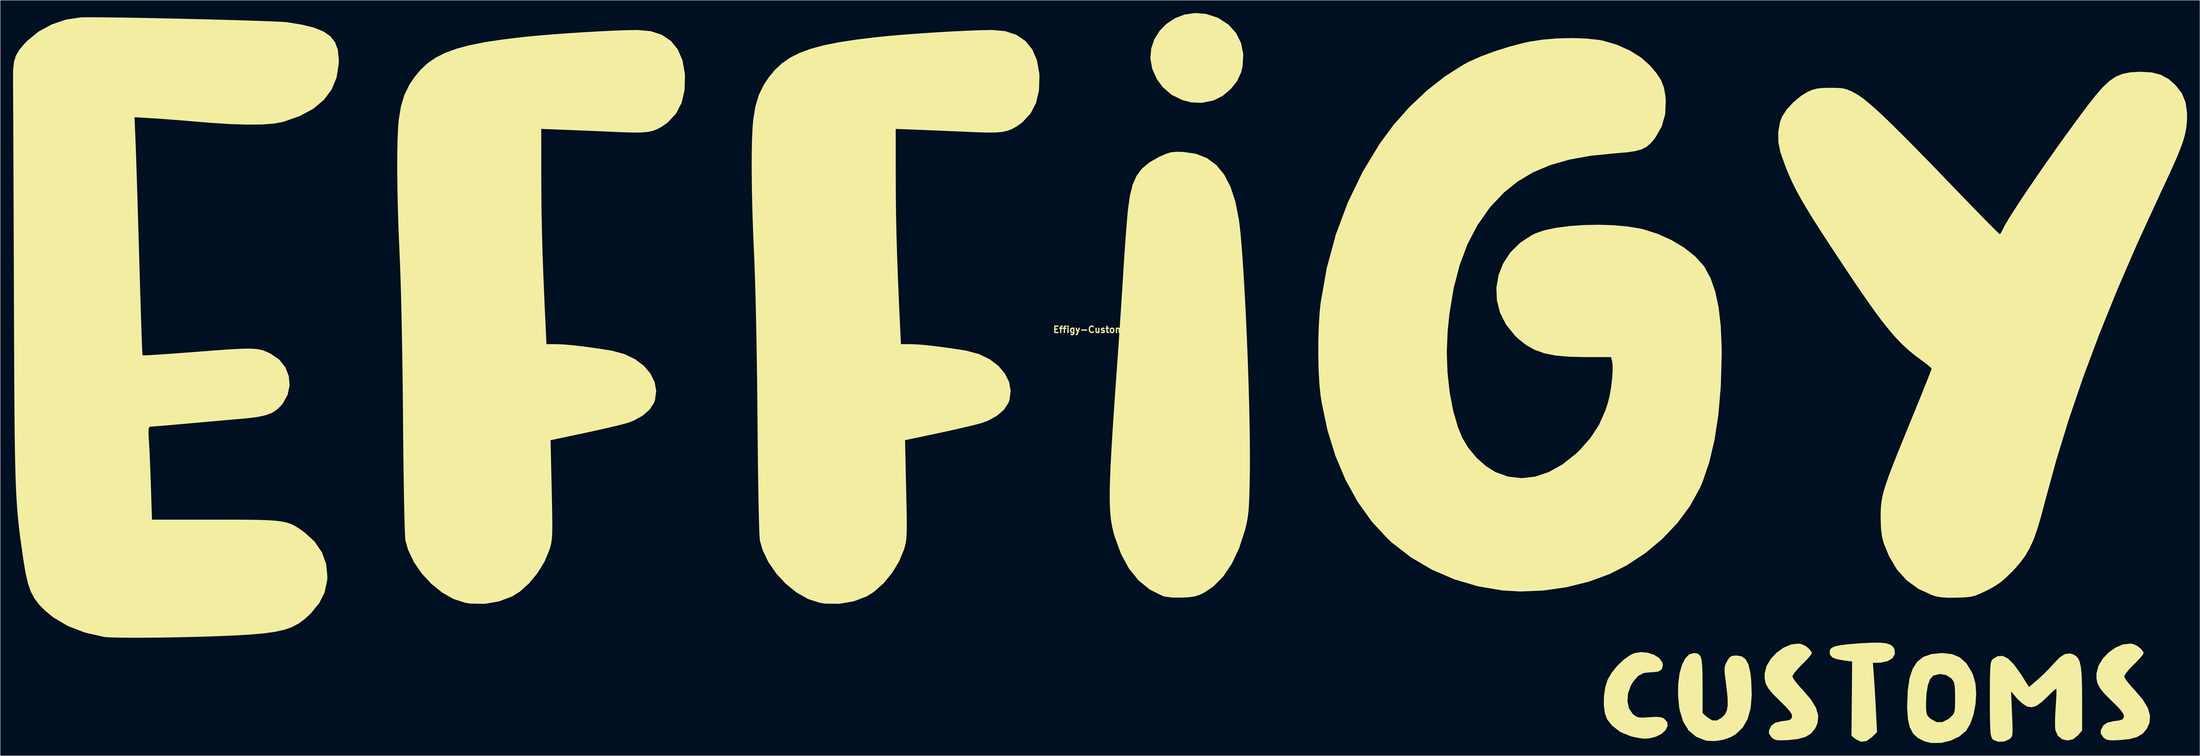
<source format=kicad_pcb>
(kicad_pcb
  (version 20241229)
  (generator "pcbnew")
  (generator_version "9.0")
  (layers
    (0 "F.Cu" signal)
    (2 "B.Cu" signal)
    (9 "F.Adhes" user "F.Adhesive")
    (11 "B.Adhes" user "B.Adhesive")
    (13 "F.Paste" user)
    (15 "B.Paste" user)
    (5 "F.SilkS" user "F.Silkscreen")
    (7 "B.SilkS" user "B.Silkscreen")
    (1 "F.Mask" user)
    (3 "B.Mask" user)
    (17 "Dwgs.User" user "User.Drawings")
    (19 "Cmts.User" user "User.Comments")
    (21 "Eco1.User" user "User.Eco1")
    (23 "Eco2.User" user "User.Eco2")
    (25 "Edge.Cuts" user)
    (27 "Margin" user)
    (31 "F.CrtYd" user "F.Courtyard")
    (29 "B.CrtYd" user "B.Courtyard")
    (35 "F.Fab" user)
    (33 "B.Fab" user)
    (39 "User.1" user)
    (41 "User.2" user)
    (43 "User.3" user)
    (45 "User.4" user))
  (footprint "Effigy-Customs-1"
    (layer "F.Cu")
    (at 254.135 74.209)
    (property "Reference" "Effigy-Customs-1" (at 0 0 0) (layer "F.SilkS") (effects (font (size 1.5 1.5) (thickness 0.3))))
    (attr board_only exclude_from_pos_files exclude_from_bom)
    (fp_poly (pts (xy 25.284 -73.997) (xy 27.915 -73.148) (xy 28.278 -72.977) (xy 30.604 -71.451) (xy 32.36 -69.473) (xy 33.512 -67.13) (xy 34.022 -64.508) (xy 33.854 -61.696) (xy 33.519 -60.29) (xy 32.567 -58.248) (xy 31.055 -56.346) (xy 29.183 -54.782) (xy 27.147 -53.752) (xy 26.904 -53.675) (xy 24.307 -53.156) (xy 21.875 -53.25) (xy 19.791 -53.793) (xy 17.231 -55.035) (xy 15.137 -56.852) (xy 13.784 -58.705) (xy 12.678 -61.152) (xy 12.26 -63.577) (xy 12.458 -65.913) (xy 13.204 -68.091) (xy 14.429 -70.042) (xy 16.062 -71.698) (xy 18.033 -72.99) (xy 20.274 -73.85) (xy 22.714 -74.209)) (stroke (width 0) (type solid)) (fill yes) (layer "F.SilkS"))
    (fp_poly (pts (xy 184.633 73.54) (xy 185.617 73.866) (xy 186.241 74.382) (xy 186.543 74.935) (xy 186.641 76.07) (xy 186.08 77.019) (xy 184.953 77.708) (xy 183.351 78.063) (xy 182.62 78.096) (xy 181.487 78.096) (xy 181.719 81.223) (xy 181.832 82.872) (xy 181.963 84.994) (xy 182.095 87.306) (xy 182.203 89.351) (xy 182.454 94.351) (xy 181.293 95.511) (xy 180.001 96.438) (xy 178.73 96.609) (xy 177.47 96.023) (xy 177.368 95.943) (xy 176.473 95.214) (xy 176.549 86.512) (xy 176.625 77.809) (xy 174.683 77.551) (xy 173.001 77.245) (xy 171.963 76.822) (xy 171.456 76.218) (xy 171.355 75.609) (xy 171.461 75.038) (xy 171.839 74.595) (xy 172.582 74.254) (xy 173.785 73.988) (xy 175.54 73.77) (xy 177.939 73.572) (xy 178.551 73.529) (xy 181.197 73.389) (xy 183.192 73.387)) (stroke (width 0) (type solid)) (fill yes) (layer "F.SilkS"))
    (fp_poly (pts (xy 128.785 75.748) (xy 130.276 76.253) (xy 131.465 77.029) (xy 132.18 78.005) (xy 132.307 78.651) (xy 132.065 79.603) (xy 131.291 80.146) (xy 129.916 80.321) (xy 129.498 80.313) (xy 127.835 80.483) (xy 126.492 81.191) (xy 125.339 82.527) (xy 124.805 83.433) (xy 124.14 85.247) (xy 123.993 87.086) (xy 124.35 88.751) (xy 125.195 90.043) (xy 125.314 90.151) (xy 125.949 90.637) (xy 126.58 90.891) (xy 127.444 90.958) (xy 128.778 90.881) (xy 129.094 90.855) (xy 130.696 90.768) (xy 131.757 90.849) (xy 132.48 91.118) (xy 132.617 91.207) (xy 133.329 92.033) (xy 133.401 92.96) (xy 132.925 93.895) (xy 131.994 94.745) (xy 130.701 95.417) (xy 129.138 95.818) (xy 127.95 95.888) (xy 126.93 95.775) (xy 125.565 95.511) (xy 124.725 95.306) (xy 122.361 94.335) (xy 120.409 92.847) (xy 119.228 91.324) (xy 118.701 89.873) (xy 118.46 87.965) (xy 118.502 85.843) (xy 118.823 83.748) (xy 119.384 82) (xy 120.32 80.399) (xy 121.65 78.778) (xy 123.178 77.331) (xy 124.708 76.253) (xy 125.598 75.846) (xy 127.168 75.588)) (stroke (width 0) (type solid)) (fill yes) (layer "F.SilkS"))
    (fp_poly (pts (xy 140.205 75.876) (xy 140.738 76.103) (xy 141.115 76.6) (xy 141.363 77.461) (xy 141.508 78.783) (xy 141.577 80.662) (xy 141.595 83.192) (xy 141.596 83.494) (xy 141.596 89.908) (xy 142.659 90.826) (xy 143.817 91.578) (xy 144.869 91.642) (xy 146.008 91.024) (xy 146.081 90.968) (xy 146.806 90.239) (xy 147.266 89.326) (xy 147.48 88.099) (xy 147.465 86.43) (xy 147.241 84.19) (xy 147.145 83.459) (xy 146.898 81.589) (xy 146.765 80.297) (xy 146.75 79.412) (xy 146.857 78.763) (xy 147.091 78.176) (xy 147.301 77.772) (xy 147.873 76.872) (xy 148.497 76.478) (xy 149.501 76.39) (xy 149.542 76.39) (xy 150.767 76.598) (xy 151.683 77.272) (xy 152.338 78.487) (xy 152.774 80.317) (xy 152.984 82.131) (xy 153.115 85.781) (xy 152.836 88.828) (xy 152.131 91.321) (xy 150.983 93.307) (xy 149.376 94.83) (xy 148.23 95.519) (xy 146.482 96.141) (xy 144.498 96.447) (xy 142.662 96.386) (xy 142.293 96.313) (xy 140.077 95.429) (xy 138.334 93.962) (xy 137.058 91.903) (xy 136.246 89.247) (xy 136.091 88.331) (xy 135.846 85.567) (xy 135.892 82.964) (xy 136.203 80.622) (xy 136.752 78.638) (xy 137.511 77.111) (xy 138.455 76.14) (xy 139.492 75.821)) (stroke (width 0) (type solid)) (fill yes) (layer "F.SilkS"))
    (fp_poly (pts (xy 164.715 73.701) (xy 165.686 74.139) (xy 166.571 74.839) (xy 167.117 75.58) (xy 167.185 75.869) (xy 166.927 76.313) (xy 166.242 77.119) (xy 165.259 78.136) (xy 164.91 78.475) (xy 163.857 79.558) (xy 163.062 80.518) (xy 162.66 81.188) (xy 162.636 81.306) (xy 162.887 81.854) (xy 163.56 82.774) (xy 164.533 83.909) (xy 165.087 84.499) (xy 166.98 86.703) (xy 168.176 88.694) (xy 168.692 90.519) (xy 168.541 92.226) (xy 167.959 93.526) (xy 166.991 94.689) (xy 165.665 95.49) (xy 163.852 95.985) (xy 161.638 96.215) (xy 160.072 96.28) (xy 159.062 96.243) (xy 158.409 96.072) (xy 157.915 95.733) (xy 157.733 95.56) (xy 157.138 94.65) (xy 157.16 93.904) (xy 157.696 92.821) (xy 158.618 92.153) (xy 160.083 91.797) (xy 160.459 91.753) (xy 161.649 91.587) (xy 162.275 91.333) (xy 162.532 90.895) (xy 162.566 90.708) (xy 162.474 90.165) (xy 162.011 89.43) (xy 161.105 88.41) (xy 159.682 87.01) (xy 159.652 86.982) (xy 158.077 85.413) (xy 157.024 84.141) (xy 156.408 83.011) (xy 156.143 81.868) (xy 156.137 80.623) (xy 156.578 78.866) (xy 157.571 77.184) (xy 158.969 75.697) (xy 160.622 74.525) (xy 162.384 73.787) (xy 164.105 73.602)) (stroke (width 0) (type solid)) (fill yes) (layer "F.SilkS"))
    (fp_poly (pts (xy 242.432 73.701) (xy 243.402 74.139) (xy 244.287 74.839) (xy 244.833 75.58) (xy 244.901 75.869) (xy 244.644 76.313) (xy 243.958 77.119) (xy 242.976 78.136) (xy 242.627 78.475) (xy 241.573 79.558) (xy 240.779 80.518) (xy 240.376 81.188) (xy 240.352 81.306) (xy 240.603 81.854) (xy 241.276 82.774) (xy 242.25 83.909) (xy 242.803 84.499) (xy 244.696 86.703) (xy 245.893 88.694) (xy 246.408 90.519) (xy 246.257 92.226) (xy 245.675 93.526) (xy 244.708 94.689) (xy 243.381 95.49) (xy 241.568 95.985) (xy 239.355 96.215) (xy 237.789 96.28) (xy 236.778 96.243) (xy 236.125 96.072) (xy 235.631 95.733) (xy 235.45 95.56) (xy 234.855 94.65) (xy 234.877 93.904) (xy 235.413 92.821) (xy 236.334 92.153) (xy 237.799 91.797) (xy 238.176 91.753) (xy 239.365 91.587) (xy 239.991 91.333) (xy 240.248 90.895) (xy 240.283 90.708) (xy 240.19 90.165) (xy 239.727 89.43) (xy 238.821 88.41) (xy 237.398 87.01) (xy 237.368 86.982) (xy 235.793 85.413) (xy 234.741 84.141) (xy 234.125 83.011) (xy 233.859 81.868) (xy 233.853 80.623) (xy 234.295 78.866) (xy 235.288 77.184) (xy 236.685 75.697) (xy 238.339 74.525) (xy 240.1 73.787) (xy 241.822 73.602)) (stroke (width 0) (type solid)) (fill yes) (layer "F.SilkS"))
    (fp_poly (pts (xy 200.048 76.069) (xy 201.895 76.855) (xy 203.401 78.244) (xy 204.656 80.297) (xy 204.957 80.959) (xy 205.505 82.943) (xy 205.685 85.301) (xy 205.526 87.813) (xy 205.055 90.259) (xy 204.299 92.418) (xy 203.307 94.046) (xy 201.729 95.39) (xy 199.697 96.354) (xy 197.445 96.878) (xy 195.209 96.901) (xy 193.624 96.532) (xy 192.045 95.749) (xy 190.896 94.681) (xy 190.127 93.223) (xy 189.686 91.272) (xy 189.523 88.722) (xy 189.52 88.035) (xy 189.549 87.321) (xy 193.945 87.321) (xy 193.946 88.836) (xy 194.03 89.802) (xy 194.251 90.43) (xy 194.664 90.928) (xy 194.976 91.207) (xy 196.346 91.988) (xy 197.752 92.013) (xy 199.177 91.284) (xy 199.498 91.016) (xy 200.072 90.478) (xy 200.433 89.985) (xy 200.632 89.35) (xy 200.716 88.388) (xy 200.736 86.912) (xy 200.736 86.308) (xy 200.719 84.594) (xy 200.645 83.452) (xy 200.475 82.697) (xy 200.172 82.143) (xy 199.817 81.728) (xy 198.621 80.961) (xy 197.151 80.731) (xy 195.712 81.08) (xy 195.623 81.125) (xy 194.891 81.923) (xy 194.355 83.389) (xy 194.033 85.452) (xy 193.945 87.321) (xy 189.549 87.321) (xy 189.662 84.532) (xy 190.081 81.698) (xy 190.81 79.482) (xy 191.883 77.837) (xy 193.333 76.711) (xy 195.193 76.057) (xy 197.498 75.823) (xy 197.772 75.821)) (stroke (width 0) (type solid)) (fill yes) (layer "F.SilkS"))
    (fp_poly (pts (xy 228.458 76.153) (xy 229.102 76.545) (xy 229.598 77.122) (xy 229.964 77.979) (xy 230.219 79.206) (xy 230.38 80.898) (xy 230.466 83.147) (xy 230.495 86.045) (xy 230.496 86.584) (xy 230.496 93.96) (xy 229.514 95.126) (xy 228.353 96.027) (xy 227.057 96.311) (xy 225.813 96.022) (xy 224.808 95.205) (xy 224.23 93.904) (xy 224.223 93.871) (xy 224.155 92.975) (xy 224.155 91.542) (xy 224.221 89.789) (xy 224.311 88.385) (xy 224.423 86.7) (xy 224.48 85.335) (xy 224.477 84.44) (xy 224.423 84.161) (xy 224.068 84.412) (xy 223.353 85.067) (xy 222.518 85.898) (xy 221.001 87.334) (xy 219.773 88.188) (xy 218.717 88.515) (xy 217.716 88.372) (xy 217.552 88.309) (xy 216.644 87.744) (xy 215.609 86.836) (xy 215.145 86.337) (xy 213.853 84.827) (xy 214.079 90.12) (xy 214.165 92.217) (xy 214.202 93.687) (xy 214.177 94.662) (xy 214.073 95.272) (xy 213.877 95.649) (xy 213.573 95.924) (xy 213.407 96.043) (xy 212.191 96.56) (xy 210.884 96.616) (xy 209.785 96.216) (xy 209.514 95.978) (xy 209.31 95.67) (xy 209.155 95.191) (xy 209.042 94.444) (xy 208.965 93.334) (xy 208.918 91.763) (xy 208.894 89.637) (xy 208.887 86.857) (xy 208.887 86.56) (xy 208.891 83.738) (xy 208.911 81.579) (xy 208.951 79.985) (xy 209.019 78.86) (xy 209.123 78.108) (xy 209.268 77.632) (xy 209.462 77.337) (xy 209.55 77.251) (xy 210.711 76.545) (xy 211.887 76.486) (xy 213.121 77.096) (xy 214.45 78.397) (xy 215.917 80.409) (xy 216.133 80.746) (xy 218.058 83.778) (xy 220.082 82.049) (xy 221.465 80.778) (xy 222.934 79.291) (xy 223.866 78.26) (xy 225.249 76.836) (xy 226.45 76.064) (xy 227.573 75.897)) (stroke (width 0) (type solid)) (fill yes) (layer "F.SilkS"))
    (fp_poly (pts (xy 19.933 -41.644) (xy 20.006 -41.641) (xy 22.955 -41.205) (xy 25.519 -40.19) (xy 27.71 -38.577) (xy 29.54 -36.349) (xy 31.023 -33.489) (xy 32.17 -29.979) (xy 32.993 -25.803) (xy 33.352 -22.809) (xy 33.674 -19.037) (xy 33.986 -14.645) (xy 34.285 -9.761) (xy 34.564 -4.513) (xy 34.82 0.97) (xy 35.047 6.561) (xy 35.24 12.132) (xy 35.394 17.554) (xy 35.504 22.699) (xy 35.566 27.439) (xy 35.575 31.647) (xy 35.544 34.332) (xy 35.482 37.279) (xy 35.414 39.6) (xy 35.327 41.429) (xy 35.209 42.898) (xy 35.049 44.141) (xy 34.834 45.289) (xy 34.552 46.476) (xy 34.383 47.124) (xy 33.022 51.298) (xy 31.321 54.898) (xy 29.305 57.886) (xy 26.998 60.225) (xy 24.972 61.596) (xy 23.769 62.184) (xy 22.632 62.542) (xy 21.274 62.736) (xy 19.713 62.824) (xy 17.445 62.811) (xy 15.715 62.599) (xy 15.105 62.425) (xy 12.103 60.923) (xy 9.491 58.797) (xy 7.26 56.035) (xy 5.402 52.627) (xy 3.906 48.56) (xy 3.785 48.146) (xy 3.486 47.026) (xy 3.236 45.872) (xy 3.035 44.629) (xy 2.885 43.245) (xy 2.786 41.664) (xy 2.739 39.833) (xy 2.746 37.698) (xy 2.807 35.205) (xy 2.923 32.3) (xy 3.096 28.929) (xy 3.326 25.038) (xy 3.615 20.574) (xy 3.963 15.481) (xy 4.371 9.707) (xy 4.537 7.393) (xy 4.784 3.894) (xy 5.054 -0.076) (xy 5.33 -4.236) (xy 5.593 -8.301) (xy 5.824 -11.987) (xy 5.89 -13.079) (xy 6.082 -16.114) (xy 6.291 -19.192) (xy 6.505 -22.145) (xy 6.713 -24.802) (xy 6.9 -26.993) (xy 7.015 -28.179) (xy 7.463 -31.399) (xy 8.111 -33.988) (xy 9.029 -36.066) (xy 10.291 -37.748) (xy 11.968 -39.152) (xy 14.132 -40.396) (xy 14.681 -40.66) (xy 16.037 -41.249) (xy 17.144 -41.569) (xy 18.333 -41.68)) (stroke (width 0) (type solid)) (fill yes) (layer "F.SilkS"))
    (fp_poly (pts (xy -104.756 -69.953) (xy -102.144 -69.088) (xy -100.026 -67.653) (xy -98.418 -65.663) (xy -97.334 -63.131) (xy -96.789 -60.071) (xy -96.75 -59.482) (xy -96.854 -56.072) (xy -97.543 -53.137) (xy -98.825 -50.658) (xy -100.707 -48.62) (xy -102.117 -47.607) (xy -103.154 -47.028) (xy -104.199 -46.614) (xy -105.391 -46.347) (xy -106.867 -46.209) (xy -108.767 -46.183) (xy -111.228 -46.252) (xy -112.395 -46.301) (xy -114.766 -46.406) (xy -117.585 -46.527) (xy -120.542 -46.65) (xy -123.327 -46.764) (xy -124.062 -46.793) (xy -130.412 -47.044) (xy -130.405 -35.748) (xy -130.386 -31.304) (xy -130.331 -26.893) (xy -130.236 -22.381) (xy -130.097 -17.632) (xy -129.911 -12.509) (xy -129.674 -6.878) (xy -129.439 -1.801) (xy -129.189 3.412) (xy -126.834 3.412) (xy -125.207 3.481) (xy -123.019 3.673) (xy -120.452 3.967) (xy -117.688 4.34) (xy -114.91 4.772) (xy -113.731 4.974) (xy -110.9 5.743) (xy -108.436 6.934) (xy -106.4 8.47) (xy -104.855 10.274) (xy -103.861 12.269) (xy -103.48 14.377) (xy -103.774 16.521) (xy -104.015 17.19) (xy -105.035 18.752) (xy -106.66 20.17) (xy -108.737 21.331) (xy -110.257 21.892) (xy -111.443 22.214) (xy -113.207 22.65) (xy -115.385 23.16) (xy -117.814 23.707) (xy -120.328 24.252) (xy -120.54 24.297) (xy -128.23 25.923) (xy -127.965 37.508) (xy -127.892 40.797) (xy -127.843 43.426) (xy -127.821 45.492) (xy -127.83 47.092) (xy -127.873 48.325) (xy -127.955 49.288) (xy -128.078 50.077) (xy -128.247 50.792) (xy -128.464 51.53) (xy -128.491 51.615) (xy -129.65 54.399) (xy -131.294 57.083) (xy -133.282 59.492) (xy -135.476 61.451) (xy -137.186 62.527) (xy -140.246 63.694) (xy -143.578 64.272) (xy -146.939 64.228) (xy -148.213 64.034) (xy -150.949 63.143) (xy -153.639 61.617) (xy -156.167 59.577) (xy -158.418 57.143) (xy -160.275 54.434) (xy -161.625 51.572) (xy -162.223 49.449) (xy -162.289 48.755) (xy -162.356 47.367) (xy -162.424 45.353) (xy -162.491 42.778) (xy -162.555 39.707) (xy -162.616 36.207) (xy -162.672 32.343) (xy -162.722 28.181) (xy -162.765 23.787) (xy -162.783 21.419) (xy -162.83 16.162) (xy -162.893 10.889) (xy -162.97 5.7) (xy -163.059 0.699) (xy -163.158 -4.013) (xy -163.264 -8.335) (xy -163.376 -12.165) (xy -163.492 -15.401) (xy -163.564 -17.06) (xy -163.798 -22.462) (xy -163.973 -27.625) (xy -164.088 -32.474) (xy -164.144 -36.935) (xy -164.14 -40.932) (xy -164.075 -44.39) (xy -163.949 -47.234) (xy -163.785 -49.183) (xy -163.269 -52.362) (xy -162.458 -55.042) (xy -161.271 -57.452) (xy -160.153 -59.124) (xy -158.693 -60.891) (xy -157.054 -62.416) (xy -155.164 -63.727) (xy -152.951 -64.85) (xy -150.341 -65.813) (xy -147.263 -66.643) (xy -143.643 -67.366) (xy -139.41 -68.008) (xy -134.582 -68.588) (xy -131.69 -68.873) (xy -128.327 -69.157) (xy -124.666 -69.429) (xy -120.881 -69.678) (xy -117.146 -69.893) (xy -113.634 -70.065) (xy -110.519 -70.181) (xy -107.974 -70.233) (xy -107.849 -70.233)) (stroke (width 0) (type solid)) (fill yes) (layer "F.SilkS"))
    (fp_poly (pts (xy -21.732 -69.953) (xy -19.12 -69.088) (xy -17.002 -67.653) (xy -15.394 -65.663) (xy -14.31 -63.131) (xy -13.765 -60.071) (xy -13.727 -59.482) (xy -13.83 -56.072) (xy -14.519 -53.137) (xy -15.801 -50.658) (xy -17.684 -48.62) (xy -19.093 -47.607) (xy -20.13 -47.028) (xy -21.176 -46.614) (xy -22.367 -46.347) (xy -23.843 -46.209) (xy -25.743 -46.183) (xy -28.204 -46.252) (xy -29.371 -46.301) (xy -31.742 -46.406) (xy -34.561 -46.527) (xy -37.518 -46.65) (xy -40.303 -46.764) (xy -41.038 -46.793) (xy -47.388 -47.044) (xy -47.382 -35.748) (xy -47.362 -31.304) (xy -47.307 -26.893) (xy -47.212 -22.381) (xy -47.074 -17.632) (xy -46.887 -12.509) (xy -46.65 -6.878) (xy -46.415 -1.801) (xy -46.165 3.412) (xy -43.81 3.412) (xy -42.184 3.481) (xy -39.995 3.673) (xy -37.428 3.967) (xy -34.664 4.34) (xy -31.887 4.772) (xy -30.707 4.974) (xy -27.876 5.743) (xy -25.412 6.934) (xy -23.376 8.47) (xy -21.831 10.274) (xy -20.837 12.269) (xy -20.456 14.377) (xy -20.75 16.521) (xy -20.991 17.19) (xy -22.011 18.752) (xy -23.636 20.17) (xy -25.714 21.331) (xy -27.233 21.892) (xy -28.419 22.214) (xy -30.183 22.65) (xy -32.361 23.16) (xy -34.79 23.707) (xy -37.304 24.252) (xy -37.516 24.297) (xy -45.206 25.923) (xy -44.941 37.508) (xy -44.869 40.797) (xy -44.819 43.426) (xy -44.797 45.492) (xy -44.806 47.092) (xy -44.849 48.325) (xy -44.931 49.288) (xy -45.054 50.077) (xy -45.223 50.792) (xy -45.44 51.53) (xy -45.467 51.615) (xy -46.626 54.399) (xy -48.27 57.083) (xy -50.258 59.492) (xy -52.452 61.451) (xy -54.162 62.527) (xy -57.222 63.694) (xy -60.554 64.272) (xy -63.915 64.228) (xy -65.189 64.034) (xy -67.925 63.143) (xy -70.615 61.617) (xy -73.143 59.577) (xy -75.394 57.143) (xy -77.252 54.434) (xy -78.601 51.572) (xy -79.199 49.449) (xy -79.265 48.755) (xy -79.332 47.367) (xy -79.4 45.353) (xy -79.467 42.778) (xy -79.531 39.707) (xy -79.592 36.207) (xy -79.648 32.343) (xy -79.698 28.181) (xy -79.741 23.787) (xy -79.76 21.419) (xy -79.806 16.162) (xy -79.869 10.889) (xy -79.946 5.7) (xy -80.035 0.699) (xy -80.134 -4.013) (xy -80.24 -8.335) (xy -80.352 -12.165) (xy -80.468 -15.401) (xy -80.54 -17.06) (xy -80.774 -22.462) (xy -80.949 -27.625) (xy -81.065 -32.474) (xy -81.12 -36.935) (xy -81.116 -40.932) (xy -81.051 -44.39) (xy -80.925 -47.234) (xy -80.761 -49.183) (xy -80.245 -52.362) (xy -79.435 -55.042) (xy -78.247 -57.452) (xy -77.13 -59.124) (xy -75.669 -60.891) (xy -74.03 -62.416) (xy -72.14 -63.727) (xy -69.927 -64.85) (xy -67.317 -65.813) (xy -64.239 -66.643) (xy -60.619 -67.366) (xy -56.386 -68.008) (xy -51.558 -68.588) (xy -48.667 -68.873) (xy -45.303 -69.157) (xy -41.642 -69.429) (xy -37.857 -69.678) (xy -34.122 -69.893) (xy -30.61 -70.065) (xy -27.495 -70.181) (xy -24.95 -70.233) (xy -24.825 -70.233)) (stroke (width 0) (type solid)) (fill yes) (layer "F.SilkS"))
    (fp_poly (pts (xy 114.328 -68.23) (xy 117.232 -67.917) (xy 118.281 -67.724) (xy 121.466 -66.796) (xy 124.489 -65.45) (xy 127.155 -63.791) (xy 129.254 -61.934) (xy 130.836 -60.062) (xy 131.902 -58.397) (xy 132.553 -56.711) (xy 132.893 -54.773) (xy 132.978 -53.643) (xy 132.838 -50.483) (xy 132.04 -47.644) (xy 130.553 -45.02) (xy 130.285 -44.661) (xy 129.381 -43.602) (xy 128.432 -42.813) (xy 127.297 -42.243) (xy 125.838 -41.841) (xy 123.914 -41.557) (xy 121.387 -41.34) (xy 121.072 -41.318) (xy 115.408 -40.751) (xy 110.365 -39.837) (xy 105.878 -38.547) (xy 101.879 -36.852) (xy 98.302 -34.722) (xy 95.079 -32.128) (xy 92.145 -29.04) (xy 91.545 -28.308) (xy 88.813 -24.387) (xy 86.537 -20.008) (xy 84.703 -15.128) (xy 83.297 -9.706) (xy 82.305 -3.703) (xy 81.882 0.456) (xy 81.688 5.261) (xy 81.853 10.053) (xy 82.357 14.685) (xy 83.18 19.008) (xy 84.301 22.875) (xy 85.28 25.29) (xy 86.712 27.702) (xy 88.625 29.999) (xy 90.817 31.968) (xy 93.042 33.375) (xy 96.071 34.465) (xy 99.203 34.821) (xy 102.393 34.456) (xy 105.597 33.382) (xy 108.771 31.608) (xy 111.872 29.148) (xy 112.801 28.257) (xy 115.356 25.375) (xy 117.315 22.362) (xy 118.822 18.978) (xy 119.382 17.3) (xy 119.812 15.577) (xy 120.162 13.573) (xy 120.41 11.507) (xy 120.533 9.603) (xy 120.508 8.079) (xy 120.411 7.438) (xy 120.162 6.445) (xy 113.993 6.445) (xy 110.265 6.358) (xy 107.156 6.074) (xy 104.546 5.554) (xy 102.313 4.761) (xy 100.336 3.658) (xy 98.493 2.207) (xy 97.629 1.383) (xy 95.56 -1.174) (xy 94.161 -3.957) (xy 93.415 -6.876) (xy 93.302 -9.84) (xy 93.806 -12.758) (xy 94.908 -15.539) (xy 96.589 -18.093) (xy 98.832 -20.328) (xy 101.618 -22.154) (xy 102.427 -22.55) (xy 104.537 -23.281) (xy 107.234 -23.856) (xy 110.363 -24.267) (xy 113.769 -24.51) (xy 117.294 -24.577) (xy 120.785 -24.464) (xy 124.085 -24.163) (xy 127.038 -23.67) (xy 127.675 -23.523) (xy 131.067 -22.455) (xy 134.317 -20.986) (xy 137.279 -19.207) (xy 139.807 -17.21) (xy 141.753 -15.084) (xy 142.064 -14.645) (xy 143.466 -12.061) (xy 144.561 -8.924) (xy 145.355 -5.199) (xy 145.855 -0.85) (xy 146.067 4.156) (xy 146.075 6.066) (xy 145.865 13.281) (xy 145.308 19.868) (xy 144.407 25.815) (xy 143.163 31.11) (xy 141.579 35.742) (xy 141.037 37.002) (xy 138.716 41.253) (xy 135.74 45.294) (xy 132.2 49.037) (xy 128.19 52.394) (xy 123.801 55.276) (xy 119.81 57.3) (xy 114.966 59.086) (xy 109.728 60.385) (xy 104.308 61.164) (xy 98.919 61.39) (xy 94.776 61.151) (xy 88.994 60.176) (xy 83.429 58.531) (xy 78.159 56.25) (xy 73.265 53.37) (xy 68.825 49.926) (xy 67.89 49.07) (xy 64.151 45.036) (xy 60.84 40.412) (xy 57.982 35.25) (xy 55.601 29.601) (xy 53.722 23.517) (xy 52.368 17.05) (xy 52.132 15.499) (xy 51.851 12.84) (xy 51.669 9.642) (xy 51.586 6.12) (xy 51.6 2.487) (xy 51.713 -1.044) (xy 51.923 -4.259) (xy 52.143 -6.316) (xy 53.575 -14.444) (xy 55.699 -22.282) (xy 58.509 -29.809) (xy 61.997 -37.008) (xy 65.98 -43.597) (xy 69.276 -48.051) (xy 73.004 -52.239) (xy 77.043 -56.049) (xy 81.27 -59.368) (xy 85.563 -62.086) (xy 87.029 -62.86) (xy 89.681 -64.041) (xy 92.823 -65.21) (xy 96.189 -66.277) (xy 99.514 -67.157) (xy 101.12 -67.507) (xy 104.19 -67.978) (xy 107.572 -68.258) (xy 111.03 -68.342)) (stroke (width 0) (type solid)) (fill yes) (layer "F.SilkS"))
    (fp_poly (pts (xy 246.768 -60.289) (xy 248.906 -59.746) (xy 250.757 -58.729) (xy 252.425 -57.26) (xy 253.868 -55.377) (xy 254.739 -53.234) (xy 255.08 -50.7) (xy 255.047 -48.952) (xy 254.939 -47.716) (xy 254.758 -46.514) (xy 254.47 -45.256) (xy 254.042 -43.855) (xy 253.441 -42.222) (xy 252.636 -40.266) (xy 251.592 -37.901) (xy 250.279 -35.036) (xy 248.661 -31.582) (xy 248.62 -31.493) (xy 243.432 -20.198) (xy 238.744 -9.373) (xy 234.525 1.058) (xy 230.748 11.169) (xy 227.385 21.036) (xy 224.409 30.735) (xy 221.789 40.34) (xy 221.735 40.552) (xy 220.816 44.018) (xy 219.968 46.859) (xy 219.134 49.199) (xy 218.256 51.161) (xy 217.277 52.868) (xy 216.139 54.443) (xy 214.786 56.008) (xy 214.289 56.537) (xy 212.669 58.149) (xy 211.235 59.347) (xy 209.726 60.33) (xy 208.205 61.135) (xy 206.676 61.871) (xy 205.497 62.343) (xy 204.397 62.617) (xy 203.105 62.758) (xy 201.351 62.832) (xy 201.159 62.837) (xy 199.031 62.854) (xy 197.428 62.746) (xy 196.126 62.492) (xy 195.423 62.27) (xy 192.161 60.776) (xy 189.409 58.783) (xy 187.125 56.245) (xy 185.267 53.117) (xy 184.018 50.042) (xy 183.62 48.519) (xy 183.391 46.699) (xy 183.308 44.371) (xy 183.307 43.976) (xy 183.319 42.695) (xy 183.372 41.523) (xy 183.492 40.381) (xy 183.701 39.19) (xy 184.026 37.872) (xy 184.491 36.346) (xy 185.119 34.533) (xy 185.937 32.356) (xy 186.967 29.734) (xy 188.235 26.589) (xy 189.764 22.841) (xy 190.151 21.897) (xy 191.331 19.01) (xy 192.414 16.344) (xy 193.368 13.98) (xy 194.16 11.999) (xy 194.757 10.483) (xy 195.127 9.514) (xy 195.239 9.177) (xy 194.952 8.821) (xy 194.196 8.175) (xy 193.132 7.375) (xy 193.059 7.323) (xy 191.421 6.113) (xy 189.887 4.86) (xy 188.402 3.497) (xy 186.913 1.96) (xy 185.365 0.183) (xy 183.704 -1.901) (xy 181.874 -4.358) (xy 179.823 -7.253) (xy 177.495 -10.652) (xy 174.837 -14.621) (xy 174.34 -15.369) (xy 171.708 -19.356) (xy 169.464 -22.798) (xy 167.566 -25.775) (xy 165.97 -28.366) (xy 164.632 -30.648) (xy 163.51 -32.701) (xy 162.559 -34.604) (xy 161.736 -36.434) (xy 160.998 -38.271) (xy 160.301 -40.192) (xy 159.81 -41.641) (xy 159.349 -43.908) (xy 159.328 -46.35) (xy 159.734 -48.654) (xy 160.182 -49.852) (xy 161.267 -51.543) (xy 162.833 -53.259) (xy 164.644 -54.771) (xy 166.237 -55.745) (xy 167.341 -56.221) (xy 168.429 -56.505) (xy 169.76 -56.642) (xy 171.545 -56.676) (xy 173.245 -56.653) (xy 174.458 -56.545) (xy 175.457 -56.288) (xy 176.513 -55.823) (xy 177.415 -55.349) (xy 178.333 -54.79) (xy 179.417 -54.005) (xy 180.705 -52.957) (xy 182.232 -51.613) (xy 184.035 -49.937) (xy 186.151 -47.895) (xy 188.615 -45.452) (xy 191.465 -42.572) (xy 194.736 -39.222) (xy 198.465 -35.366) (xy 200.538 -33.212) (xy 202.828 -30.834) (xy 204.956 -28.636) (xy 206.864 -26.677) (xy 208.497 -25.015) (xy 209.795 -23.708) (xy 210.702 -22.815) (xy 211.16 -22.393) (xy 211.201 -22.367) (xy 211.497 -22.68) (xy 211.893 -23.444) (xy 211.943 -23.562) (xy 212.449 -24.553) (xy 213.354 -26.077) (xy 214.605 -28.059) (xy 216.152 -30.422) (xy 217.941 -33.092) (xy 219.921 -35.992) (xy 222.04 -39.047) (xy 224.245 -42.179) (xy 226.486 -45.314) (xy 228.709 -48.375) (xy 230.863 -51.287) (xy 231.658 -52.346) (xy 233.641 -54.887) (xy 235.354 -56.845) (xy 236.909 -58.293) (xy 238.418 -59.303) (xy 239.992 -59.948) (xy 241.743 -60.299) (xy 243.783 -60.43) (xy 244.143 -60.435)) (stroke (width 0) (type solid)) (fill yes) (layer "F.SilkS"))
    (fp_poly (pts (xy -233.789 -73.203) (xy -231.066 -73.174) (xy -227.944 -73.129) (xy -224.509 -73.07) (xy -220.845 -72.999) (xy -217.037 -72.918) (xy -213.172 -72.829) (xy -209.333 -72.734) (xy -205.605 -72.636) (xy -202.075 -72.536) (xy -198.827 -72.436) (xy -195.946 -72.339) (xy -193.517 -72.246) (xy -191.625 -72.16) (xy -190.356 -72.082) (xy -189.931 -72.041) (xy -186.415 -71.472) (xy -183.594 -70.766) (xy -181.407 -69.876) (xy -179.797 -68.754) (xy -178.705 -67.352) (xy -178.072 -65.623) (xy -177.839 -63.518) (xy -177.856 -62.256) (xy -178.345 -59.095) (xy -179.5 -56.293) (xy -181.318 -53.853) (xy -183.795 -51.779) (xy -186.928 -50.075) (xy -190.712 -48.745) (xy -191.069 -48.647) (xy -193.109 -48.283) (xy -195.851 -48.083) (xy -199.257 -48.048) (xy -203.287 -48.177) (xy -207.903 -48.471) (xy -210.403 -48.678) (xy -212.98 -48.899) (xy -215.685 -49.117) (xy -218.265 -49.314) (xy -220.468 -49.469) (xy -221.358 -49.525) (xy -225.679 -49.783) (xy -225.439 -44.131) (xy -225.383 -42.687) (xy -225.309 -40.576) (xy -225.22 -37.889) (xy -225.118 -34.716) (xy -225.007 -31.148) (xy -224.889 -27.277) (xy -224.767 -23.193) (xy -224.644 -18.986) (xy -224.567 -16.301) (xy -224.451 -12.274) (xy -224.336 -8.477) (xy -224.227 -4.977) (xy -224.125 -1.842) (xy -224.032 0.863) (xy -223.952 3.069) (xy -223.885 4.71) (xy -223.834 5.72) (xy -223.805 6.032) (xy -223.41 6.041) (xy -222.348 5.994) (xy -220.706 5.896) (xy -218.572 5.755) (xy -216.035 5.576) (xy -213.183 5.364) (xy -210.871 5.186) (xy -207.231 4.904) (xy -204.257 4.688) (xy -201.861 4.54) (xy -199.954 4.464) (xy -198.448 4.461) (xy -197.252 4.534) (xy -196.28 4.687) (xy -195.44 4.921) (xy -194.646 5.239) (xy -193.807 5.645) (xy -193.686 5.707) (xy -191.73 7.084) (xy -190.338 8.861) (xy -189.537 10.904) (xy -189.353 13.083) (xy -189.813 15.267) (xy -190.943 17.323) (xy -191.266 17.724) (xy -192.283 18.739) (xy -193.448 19.501) (xy -194.903 20.061) (xy -196.79 20.47) (xy -199.253 20.778) (xy -200.072 20.854) (xy -201.843 21.009) (xy -204.171 21.215) (xy -206.86 21.453) (xy -209.712 21.706) (xy -212.529 21.957) (xy -212.947 21.995) (xy -215.42 22.213) (xy -217.658 22.407) (xy -219.545 22.566) (xy -220.963 22.68) (xy -221.795 22.74) (xy -221.946 22.746) (xy -222.221 22.85) (xy -222.369 23.252) (xy -222.403 24.091) (xy -222.34 25.504) (xy -222.303 26.063) (xy -222.22 27.519) (xy -222.122 29.543) (xy -222.019 31.944) (xy -221.918 34.533) (xy -221.834 36.963) (xy -221.587 44.545) (xy -206.801 44.545) (xy -202.782 44.547) (xy -199.438 44.562) (xy -196.69 44.602) (xy -194.454 44.677) (xy -192.65 44.801) (xy -191.196 44.984) (xy -190.01 45.238) (xy -189.011 45.575) (xy -188.116 46.007) (xy -187.245 46.545) (xy -186.314 47.202) (xy -185.838 47.551) (xy -183.487 49.7) (xy -181.799 52.175) (xy -180.797 54.924) (xy -180.506 57.897) (xy -180.556 58.778) (xy -181.139 61.541) (xy -182.389 64.084) (xy -184.351 66.492) (xy -184.444 66.586) (xy -185.842 67.877) (xy -187.258 68.914) (xy -188.805 69.73) (xy -190.593 70.361) (xy -192.734 70.839) (xy -195.338 71.199) (xy -198.518 71.475) (xy -200.925 71.625) (xy -203.766 71.764) (xy -206.917 71.888) (xy -210.274 71.994) (xy -213.738 72.082) (xy -217.206 72.151) (xy -220.577 72.198) (xy -223.749 72.224) (xy -226.621 72.226) (xy -229.091 72.203) (xy -231.059 72.154) (xy -232.421 72.078) (xy -232.847 72.028) (xy -237.3 71.017) (xy -241.257 69.495) (xy -244.678 67.479) (xy -246.634 65.878) (xy -248.023 64.462) (xy -249.109 63.031) (xy -249.954 61.439) (xy -250.621 59.539) (xy -251.171 57.186) (xy -251.667 54.232) (xy -251.707 53.962) (xy -252.006 51.903) (xy -252.274 49.999) (xy -252.514 48.2) (xy -252.728 46.456) (xy -252.916 44.718) (xy -253.082 42.936) (xy -253.226 41.059) (xy -253.35 39.039) (xy -253.457 36.824) (xy -253.547 34.366) (xy -253.623 31.614) (xy -253.686 28.518) (xy -253.739 25.029) (xy -253.782 21.097) (xy -253.818 16.671) (xy -253.849 11.703) (xy -253.875 6.142) (xy -253.899 -0.062) (xy -253.923 -6.959) (xy -253.931 -9.288) (xy -253.951 -15.163) (xy -253.971 -20.885) (xy -253.991 -26.402) (xy -254.011 -31.661) (xy -254.03 -36.61) (xy -254.048 -41.197) (xy -254.066 -45.368) (xy -254.082 -49.072) (xy -254.097 -52.255) (xy -254.11 -54.867) (xy -254.122 -56.853) (xy -254.131 -58.163) (xy -254.135 -58.572) (xy -254.108 -60.939) (xy -253.905 -62.759) (xy -253.451 -64.235) (xy -252.67 -65.572) (xy -251.488 -66.974) (xy -250.757 -67.729) (xy -248.146 -69.856) (xy -245.071 -71.529) (xy -241.728 -72.665) (xy -238.313 -73.182) (xy -237.699 -73.203) (xy -236.028 -73.213)) (stroke (width 0) (type solid)) (fill yes) (layer "F.SilkS")))
  (gr_rect
    (start -3 -3)
    (end 512.215 174.109)
    (stroke (width 0.1) (type default))
    (fill no)
    (layer "Edge.Cuts")))
</source>
